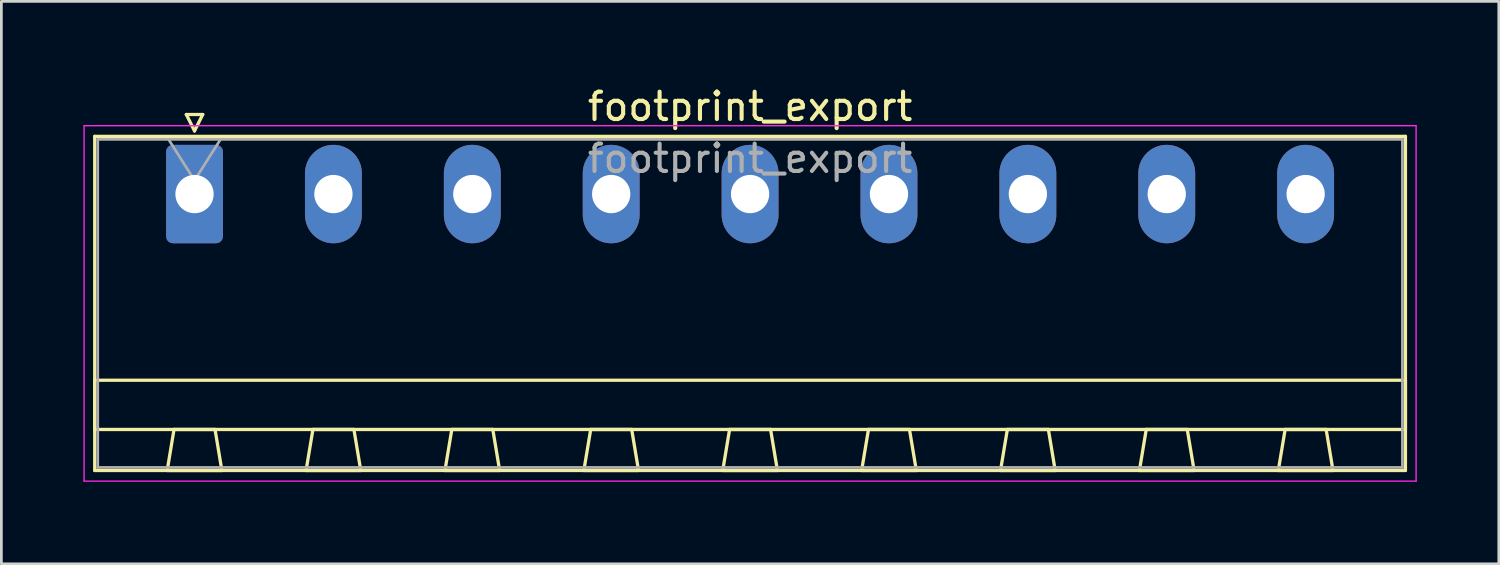
<source format=kicad_pcb>
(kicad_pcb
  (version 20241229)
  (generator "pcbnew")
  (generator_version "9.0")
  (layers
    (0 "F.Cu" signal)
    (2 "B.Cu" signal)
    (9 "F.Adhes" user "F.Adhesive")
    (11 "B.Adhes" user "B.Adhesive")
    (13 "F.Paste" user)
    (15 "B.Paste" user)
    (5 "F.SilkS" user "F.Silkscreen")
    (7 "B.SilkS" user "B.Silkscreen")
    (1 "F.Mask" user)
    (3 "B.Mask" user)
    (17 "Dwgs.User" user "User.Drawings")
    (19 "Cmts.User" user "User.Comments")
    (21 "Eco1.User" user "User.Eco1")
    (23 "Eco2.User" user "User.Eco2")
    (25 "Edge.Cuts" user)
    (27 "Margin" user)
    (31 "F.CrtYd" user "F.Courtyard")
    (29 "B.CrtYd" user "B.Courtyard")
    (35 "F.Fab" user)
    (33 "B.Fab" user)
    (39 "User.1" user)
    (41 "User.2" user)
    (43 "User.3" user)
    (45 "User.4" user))
  (footprint "footprint_export"
    (layer "F.Cu")
    (at 4.065 4.048)
    (property "Reference" "footprint_export" (at 20.32 -3.2 0) (layer "F.SilkS") (effects (font (size 1 1) (thickness 0.15))))
    (attr through_hole)
    (fp_line (start -3.65 -2.11) (end -3.65 10.11) (stroke (width 0.12) (type solid)) (layer "F.SilkS"))
    (fp_line (start -3.65 6.81) (end 44.29 6.81) (stroke (width 0.12) (type solid)) (layer "F.SilkS"))
    (fp_line (start -3.65 8.61) (end -3.65 6.81) (stroke (width 0.12) (type solid)) (layer "F.SilkS"))
    (fp_line (start -3.65 10.11) (end 44.29 10.11) (stroke (width 0.12) (type solid)) (layer "F.SilkS"))
    (fp_line (start -1 10.11) (end 1 10.11) (stroke (width 0.12) (type solid)) (layer "F.SilkS"))
    (fp_line (start -0.75 8.61) (end -1 10.11) (stroke (width 0.12) (type solid)) (layer "F.SilkS"))
    (fp_line (start -0.3 -2.91) (end 0.3 -2.91) (stroke (width 0.12) (type solid)) (layer "F.SilkS"))
    (fp_line (start 0 -2.31) (end -0.3 -2.91) (stroke (width 0.12) (type solid)) (layer "F.SilkS"))
    (fp_line (start 0.3 -2.91) (end 0 -2.31) (stroke (width 0.12) (type solid)) (layer "F.SilkS"))
    (fp_line (start 0.75 8.61) (end -0.75 8.61) (stroke (width 0.12) (type solid)) (layer "F.SilkS"))
    (fp_line (start 1 10.11) (end 0.75 8.61) (stroke (width 0.12) (type solid)) (layer "F.SilkS"))
    (fp_line (start 4.08 10.11) (end 6.08 10.11) (stroke (width 0.12) (type solid)) (layer "F.SilkS"))
    (fp_line (start 4.33 8.61) (end 4.08 10.11) (stroke (width 0.12) (type solid)) (layer "F.SilkS"))
    (fp_line (start 5.83 8.61) (end 4.33 8.61) (stroke (width 0.12) (type solid)) (layer "F.SilkS"))
    (fp_line (start 6.08 10.11) (end 5.83 8.61) (stroke (width 0.12) (type solid)) (layer "F.SilkS"))
    (fp_line (start 9.16 10.11) (end 11.16 10.11) (stroke (width 0.12) (type solid)) (layer "F.SilkS"))
    (fp_line (start 9.41 8.61) (end 9.16 10.11) (stroke (width 0.12) (type solid)) (layer "F.SilkS"))
    (fp_line (start 10.91 8.61) (end 9.41 8.61) (stroke (width 0.12) (type solid)) (layer "F.SilkS"))
    (fp_line (start 11.16 10.11) (end 10.91 8.61) (stroke (width 0.12) (type solid)) (layer "F.SilkS"))
    (fp_line (start 14.24 10.11) (end 16.24 10.11) (stroke (width 0.12) (type solid)) (layer "F.SilkS"))
    (fp_line (start 14.49 8.61) (end 14.24 10.11) (stroke (width 0.12) (type solid)) (layer "F.SilkS"))
    (fp_line (start 15.99 8.61) (end 14.49 8.61) (stroke (width 0.12) (type solid)) (layer "F.SilkS"))
    (fp_line (start 16.24 10.11) (end 15.99 8.61) (stroke (width 0.12) (type solid)) (layer "F.SilkS"))
    (fp_line (start 19.32 10.11) (end 21.32 10.11) (stroke (width 0.12) (type solid)) (layer "F.SilkS"))
    (fp_line (start 19.57 8.61) (end 19.32 10.11) (stroke (width 0.12) (type solid)) (layer "F.SilkS"))
    (fp_line (start 21.07 8.61) (end 19.57 8.61) (stroke (width 0.12) (type solid)) (layer "F.SilkS"))
    (fp_line (start 21.32 10.11) (end 21.07 8.61) (stroke (width 0.12) (type solid)) (layer "F.SilkS"))
    (fp_line (start 24.4 10.11) (end 26.4 10.11) (stroke (width 0.12) (type solid)) (layer "F.SilkS"))
    (fp_line (start 24.65 8.61) (end 24.4 10.11) (stroke (width 0.12) (type solid)) (layer "F.SilkS"))
    (fp_line (start 26.15 8.61) (end 24.65 8.61) (stroke (width 0.12) (type solid)) (layer "F.SilkS"))
    (fp_line (start 26.4 10.11) (end 26.15 8.61) (stroke (width 0.12) (type solid)) (layer "F.SilkS"))
    (fp_line (start 29.48 10.11) (end 31.48 10.11) (stroke (width 0.12) (type solid)) (layer "F.SilkS"))
    (fp_line (start 29.73 8.61) (end 29.48 10.11) (stroke (width 0.12) (type solid)) (layer "F.SilkS"))
    (fp_line (start 31.23 8.61) (end 29.73 8.61) (stroke (width 0.12) (type solid)) (layer "F.SilkS"))
    (fp_line (start 31.48 10.11) (end 31.23 8.61) (stroke (width 0.12) (type solid)) (layer "F.SilkS"))
    (fp_line (start 34.56 10.11) (end 36.56 10.11) (stroke (width 0.12) (type solid)) (layer "F.SilkS"))
    (fp_line (start 34.81 8.61) (end 34.56 10.11) (stroke (width 0.12) (type solid)) (layer "F.SilkS"))
    (fp_line (start 36.31 8.61) (end 34.81 8.61) (stroke (width 0.12) (type solid)) (layer "F.SilkS"))
    (fp_line (start 36.56 10.11) (end 36.31 8.61) (stroke (width 0.12) (type solid)) (layer "F.SilkS"))
    (fp_line (start 39.64 10.11) (end 41.64 10.11) (stroke (width 0.12) (type solid)) (layer "F.SilkS"))
    (fp_line (start 39.89 8.61) (end 39.64 10.11) (stroke (width 0.12) (type solid)) (layer "F.SilkS"))
    (fp_line (start 41.39 8.61) (end 39.89 8.61) (stroke (width 0.12) (type solid)) (layer "F.SilkS"))
    (fp_line (start 41.64 10.11) (end 41.39 8.61) (stroke (width 0.12) (type solid)) (layer "F.SilkS"))
    (fp_line (start 44.29 -2.11) (end -3.65 -2.11) (stroke (width 0.12) (type solid)) (layer "F.SilkS"))
    (fp_line (start 44.29 6.81) (end 44.29 8.61) (stroke (width 0.12) (type solid)) (layer "F.SilkS"))
    (fp_line (start 44.29 8.61) (end -3.65 8.61) (stroke (width 0.12) (type solid)) (layer "F.SilkS"))
    (fp_line (start 44.29 10.11) (end 44.29 -2.11) (stroke (width 0.12) (type solid)) (layer "F.SilkS"))
    (fp_line (start -4.04 -2.5) (end -4.04 10.5) (stroke (width 0.05) (type solid)) (layer "F.CrtYd"))
    (fp_line (start -4.04 10.5) (end 44.68 10.5) (stroke (width 0.05) (type solid)) (layer "F.CrtYd"))
    (fp_line (start 44.68 -2.5) (end -4.04 -2.5) (stroke (width 0.05) (type solid)) (layer "F.CrtYd"))
    (fp_line (start 44.68 10.5) (end 44.68 -2.5) (stroke (width 0.05) (type solid)) (layer "F.CrtYd"))
    (fp_line (start -3.54 -2) (end -3.54 10) (stroke (width 0.1) (type solid)) (layer "F.Fab"))
    (fp_line (start -3.54 10) (end 44.18 10) (stroke (width 0.1) (type solid)) (layer "F.Fab"))
    (fp_line (start 0 -0.5) (end -0.95 -2) (stroke (width 0.1) (type solid)) (layer "F.Fab"))
    (fp_line (start 0.95 -2) (end 0 -0.5) (stroke (width 0.1) (type solid)) (layer "F.Fab"))
    (fp_line (start 44.18 -2) (end -3.54 -2) (stroke (width 0.1) (type solid)) (layer "F.Fab"))
    (fp_line (start 44.18 10) (end 44.18 -2) (stroke (width 0.1) (type solid)) (layer "F.Fab"))
    (fp_text user "${REFERENCE}" (at 20.32 -1.3 0) (layer "F.Fab") (effects (font (size 1 1) (thickness 0.15))))
    (pad "1" thru_hole roundrect (at 0 0) (size 2.08 3.6) (drill 1.4) (layers "*.Cu" "*.Mask") (roundrect_rratio 0.12))
    (pad "2" thru_hole oval (at 5.08 0) (size 2.08 3.6) (drill 1.4) (layers "*.Cu" "*.Mask"))
    (pad "3" thru_hole oval (at 10.16 0) (size 2.08 3.6) (drill 1.4) (layers "*.Cu" "*.Mask"))
    (pad "4" thru_hole oval (at 15.24 0) (size 2.08 3.6) (drill 1.4) (layers "*.Cu" "*.Mask"))
    (pad "5" thru_hole oval (at 20.32 0) (size 2.08 3.6) (drill 1.4) (layers "*.Cu" "*.Mask"))
    (pad "6" thru_hole oval (at 25.4 0) (size 2.08 3.6) (drill 1.4) (layers "*.Cu" "*.Mask"))
    (pad "7" thru_hole oval (at 30.48 0) (size 2.08 3.6) (drill 1.4) (layers "*.Cu" "*.Mask"))
    (pad "8" thru_hole oval (at 35.56 0) (size 2.08 3.6) (drill 1.4) (layers "*.Cu" "*.Mask"))
    (pad "9" thru_hole oval (at 40.64 0) (size 2.08 3.6) (drill 1.4) (layers "*.Cu" "*.Mask")))
  (gr_rect
    (start -3 -3)
    (end 51.77 17.573)
    (stroke (width 0.1) (type default))
    (fill no)
    (layer "Edge.Cuts")))
</source>
